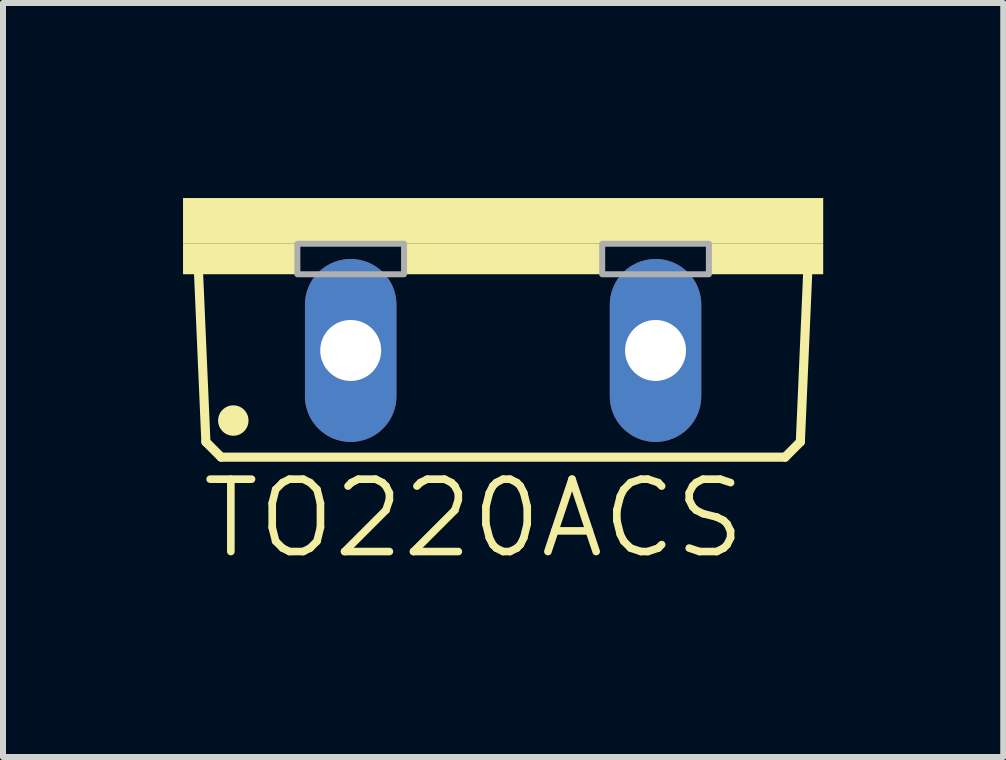
<source format=kicad_pcb>
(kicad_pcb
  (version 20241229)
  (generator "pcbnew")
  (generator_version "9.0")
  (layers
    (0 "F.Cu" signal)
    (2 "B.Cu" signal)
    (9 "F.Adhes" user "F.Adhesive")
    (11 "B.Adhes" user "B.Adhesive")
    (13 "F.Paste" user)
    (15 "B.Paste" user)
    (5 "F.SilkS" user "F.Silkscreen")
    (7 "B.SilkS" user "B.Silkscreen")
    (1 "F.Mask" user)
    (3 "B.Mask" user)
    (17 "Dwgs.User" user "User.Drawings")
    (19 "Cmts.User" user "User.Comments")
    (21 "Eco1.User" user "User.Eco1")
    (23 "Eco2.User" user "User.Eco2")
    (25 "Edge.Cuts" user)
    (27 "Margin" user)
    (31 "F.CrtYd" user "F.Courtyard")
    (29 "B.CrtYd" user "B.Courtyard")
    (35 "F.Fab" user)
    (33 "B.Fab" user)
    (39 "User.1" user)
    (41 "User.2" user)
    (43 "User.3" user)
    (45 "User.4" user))
  (footprint "TO220ACS"
    (layer "F.Cu")
    (at 5.334 0.25)
    (property "Reference" "TO220ACS" (at -5.08 6.045 0) (layer "F.SilkS") (effects (font (size 1.206 1.206) (thickness 0.127)) (justify left bottom)))
    (attr through_hole)
    (fp_line (start -4.953 4.064) (end -5.08 1.143) (stroke (width 0.152) (type solid)) (layer "F.SilkS"))
    (fp_line (start -4.953 4.064) (end -4.699 4.318) (stroke (width 0.152) (type solid)) (layer "F.SilkS"))
    (fp_line (start 4.699 4.318) (end -4.699 4.318) (stroke (width 0.152) (type solid)) (layer "F.SilkS"))
    (fp_line (start 4.699 4.318) (end 4.953 4.064) (stroke (width 0.152) (type solid)) (layer "F.SilkS"))
    (fp_line (start 5.08 1.143) (end 4.953 4.064) (stroke (width 0.152) (type solid)) (layer "F.SilkS"))
    (fp_circle (center -4.496 3.708) (end -4.369 3.708) (stroke (width 0.254) (type solid)) (fill no) (layer "F.SilkS"))
    (fp_poly (pts (xy -5.334 0.762) (xy 5.334 0.762) (xy 5.334 0) (xy -5.334 0)) (stroke (width 0) (type solid)) (fill yes) (layer "F.SilkS"))
    (fp_poly (pts (xy -5.334 1.27) (xy -3.429 1.27) (xy -3.429 0.762) (xy -5.334 0.762)) (stroke (width 0) (type solid)) (fill yes) (layer "F.SilkS"))
    (fp_poly (pts (xy -1.651 1.27) (xy 1.651 1.27) (xy 1.651 0.762) (xy -1.651 0.762)) (stroke (width 0) (type solid)) (fill yes) (layer "F.SilkS"))
    (fp_poly (pts (xy 3.429 1.27) (xy 5.334 1.27) (xy 5.334 0.762) (xy 3.429 0.762)) (stroke (width 0) (type solid)) (fill yes) (layer "F.SilkS"))
    (fp_poly (pts (xy -3.429 1.27) (xy -1.651 1.27) (xy -1.651 0.762) (xy -3.429 0.762)) (stroke (width 0.1) (type solid)) (fill no) (layer "F.Fab"))
    (fp_poly (pts (xy 1.651 1.27) (xy 3.429 1.27) (xy 3.429 0.762) (xy 1.651 0.762)) (stroke (width 0.1) (type solid)) (fill no) (layer "F.Fab"))
    (pad "A" thru_hole oval (at 2.54 2.54 90) (size 3.048 1.524) (drill 1.016) (layers "*.Cu" "*.Mask"))
    (pad "C" thru_hole oval (at -2.54 2.54 90) (size 3.048 1.524) (drill 1.016) (layers "*.Cu" "*.Mask")))
  (gr_rect
    (start -3 -3)
    (end 13.668 9.565)
    (stroke (width 0.1) (type default))
    (fill no)
    (layer "Edge.Cuts")))
</source>
